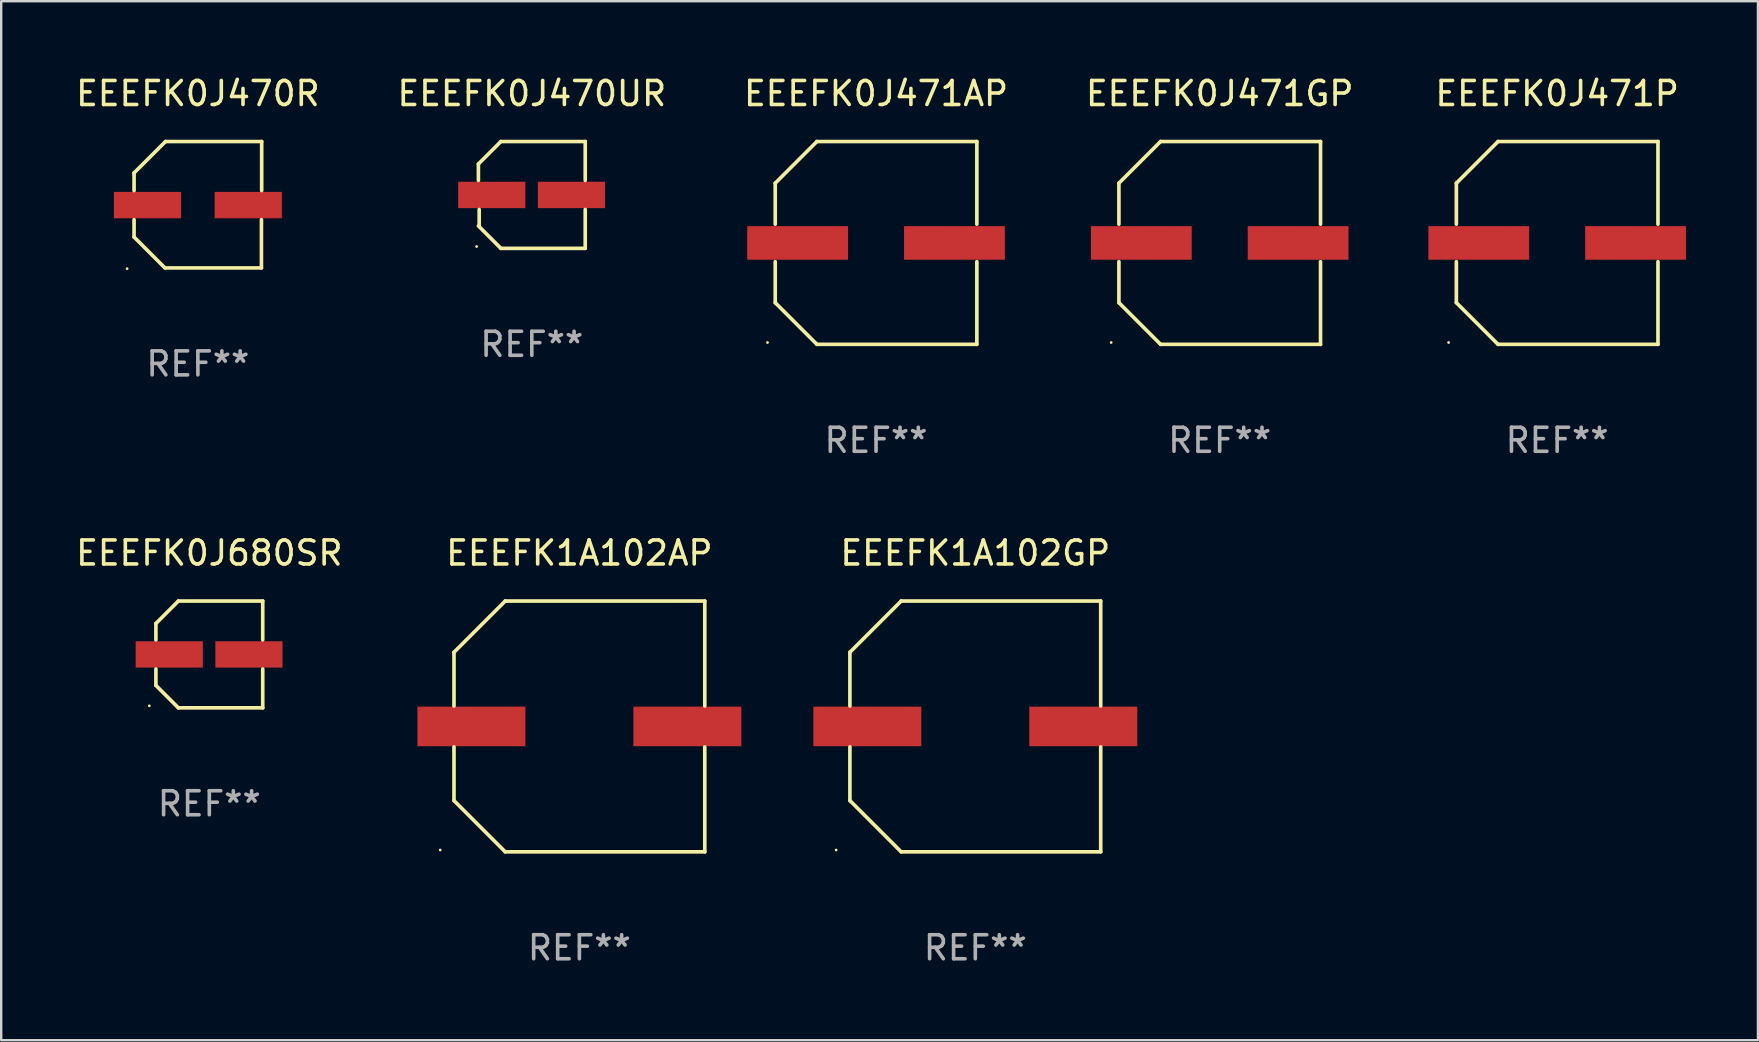
<source format=kicad_pcb>
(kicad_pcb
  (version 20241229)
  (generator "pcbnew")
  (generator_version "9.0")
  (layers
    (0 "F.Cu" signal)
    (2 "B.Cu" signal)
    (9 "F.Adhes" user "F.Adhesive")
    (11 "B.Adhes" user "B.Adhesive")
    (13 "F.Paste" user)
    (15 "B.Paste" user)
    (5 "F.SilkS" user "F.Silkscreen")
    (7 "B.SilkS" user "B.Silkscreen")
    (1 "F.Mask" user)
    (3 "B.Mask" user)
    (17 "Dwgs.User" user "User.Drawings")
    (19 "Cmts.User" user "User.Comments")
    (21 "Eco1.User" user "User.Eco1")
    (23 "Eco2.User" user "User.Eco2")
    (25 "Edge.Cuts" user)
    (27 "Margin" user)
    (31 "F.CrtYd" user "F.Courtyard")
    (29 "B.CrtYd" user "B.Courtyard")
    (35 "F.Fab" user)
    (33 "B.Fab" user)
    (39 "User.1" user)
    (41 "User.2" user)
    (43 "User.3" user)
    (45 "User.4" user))
  (footprint "EEEFK0J680SR"
    (layer "F.Cu")
    (at 5.673 24.223)
    (property "Reference" "EEEFK0J680SR" (at 0 -4.226 0) (layer "F.SilkS") (effects (font (size 1 1) (thickness 0.15))))
    (attr through_hole)
    (fp_line (start -2.226 -1.29) (end -2.226 -0.607) (stroke (width 0.152) (type solid)) (layer "F.SilkS"))
    (fp_line (start -2.226 1.29) (end -2.226 0.607) (stroke (width 0.152) (type solid)) (layer "F.SilkS"))
    (fp_line (start -1.29 -2.226) (end -2.226 -1.29) (stroke (width 0.152) (type solid)) (layer "F.SilkS"))
    (fp_line (start -1.29 2.226) (end -2.226 1.29) (stroke (width 0.152) (type solid)) (layer "F.SilkS"))
    (fp_line (start 2.226 -2.226) (end -1.29 -2.226) (stroke (width 0.152) (type solid)) (layer "F.SilkS"))
    (fp_line (start 2.226 -0.607) (end 2.226 -2.226) (stroke (width 0.152) (type solid)) (layer "F.SilkS"))
    (fp_line (start 2.226 0.607) (end 2.226 2.226) (stroke (width 0.152) (type solid)) (layer "F.SilkS"))
    (fp_line (start 2.226 2.226) (end -1.29 2.226) (stroke (width 0.152) (type solid)) (layer "F.SilkS"))
    (fp_circle (center -2.501 2.141) (end -2.471 2.141) (stroke (width 0.06) (type solid)) (fill no) (layer "F.SilkS"))
    (fp_text user "REF**" (at 0 6.226 0) (layer "F.Fab") (effects (font (size 1 1) (thickness 0.15))))
    (pad "1" smd rect (at -1.67 -0.000025) (size 2.8 1.1) (layers "F.Cu" "F.Mask" "F.Paste"))
    (pad "2" smd rect (at 1.651 -0.000025) (size 2.8 1.1) (layers "F.Cu" "F.Mask" "F.Paste")))
  (footprint "EEEFK0J471P"
    (layer "F.Cu")
    (at 61.843 7.074)
    (property "Reference" "EEEFK0J471P" (at 0 -6.226 0) (layer "F.SilkS") (effects (font (size 1 1) (thickness 0.15))))
    (attr through_hole)
    (fp_line (start -4.201 -2.49) (end -4.201 -0.782) (stroke (width 0.152) (type solid)) (layer "F.SilkS"))
    (fp_line (start -4.201 2.49) (end -4.201 0.782) (stroke (width 0.152) (type solid)) (layer "F.SilkS"))
    (fp_line (start -2.465 -4.226) (end -4.201 -2.49) (stroke (width 0.152) (type solid)) (layer "F.SilkS"))
    (fp_line (start -2.465 4.226) (end -4.201 2.49) (stroke (width 0.152) (type solid)) (layer "F.SilkS"))
    (fp_line (start 4.201 -4.226) (end -2.465 -4.226) (stroke (width 0.152) (type solid)) (layer "F.SilkS"))
    (fp_line (start 4.201 -0.782) (end 4.201 -4.226) (stroke (width 0.152) (type solid)) (layer "F.SilkS"))
    (fp_line (start 4.201 0.782) (end 4.201 4.226) (stroke (width 0.152) (type solid)) (layer "F.SilkS"))
    (fp_line (start 4.201 4.226) (end -2.465 4.226) (stroke (width 0.152) (type solid)) (layer "F.SilkS"))
    (fp_circle (center -4.524 4.15) (end -4.494 4.15) (stroke (width 0.06) (type solid)) (fill no) (layer "F.SilkS"))
    (fp_text user "REF**" (at 0 8.226 0) (layer "F.Fab") (effects (font (size 1 1) (thickness 0.15))))
    (pad "1" smd rect (at -3.267 0) (size 4.2 1.4) (layers "F.Cu" "F.Mask" "F.Paste"))
    (pad "2" smd rect (at 3.267 0) (size 4.2 1.4) (layers "F.Cu" "F.Mask" "F.Paste")))
  (footprint "EEEFK0J471GP"
    (layer "F.Cu")
    (at 47.78 7.074)
    (property "Reference" "EEEFK0J471GP" (at 0 -6.226 0) (layer "F.SilkS") (effects (font (size 1 1) (thickness 0.15))))
    (attr through_hole)
    (fp_line (start -4.201 -2.49) (end -4.201 -0.782) (stroke (width 0.152) (type solid)) (layer "F.SilkS"))
    (fp_line (start -4.201 2.49) (end -4.201 0.782) (stroke (width 0.152) (type solid)) (layer "F.SilkS"))
    (fp_line (start -2.465 -4.226) (end -4.201 -2.49) (stroke (width 0.152) (type solid)) (layer "F.SilkS"))
    (fp_line (start -2.465 4.226) (end -4.201 2.49) (stroke (width 0.152) (type solid)) (layer "F.SilkS"))
    (fp_line (start 4.201 -4.226) (end -2.465 -4.226) (stroke (width 0.152) (type solid)) (layer "F.SilkS"))
    (fp_line (start 4.201 -0.782) (end 4.201 -4.226) (stroke (width 0.152) (type solid)) (layer "F.SilkS"))
    (fp_line (start 4.201 0.782) (end 4.201 4.226) (stroke (width 0.152) (type solid)) (layer "F.SilkS"))
    (fp_line (start 4.201 4.226) (end -2.465 4.226) (stroke (width 0.152) (type solid)) (layer "F.SilkS"))
    (fp_circle (center -4.524 4.15) (end -4.494 4.15) (stroke (width 0.06) (type solid)) (fill no) (layer "F.SilkS"))
    (fp_text user "REF**" (at 0 8.226 0) (layer "F.Fab") (effects (font (size 1 1) (thickness 0.15))))
    (pad "1" smd rect (at -3.267 0) (size 4.2 1.4) (layers "F.Cu" "F.Mask" "F.Paste"))
    (pad "2" smd rect (at 3.267 0) (size 4.2 1.4) (layers "F.Cu" "F.Mask" "F.Paste")))
  (footprint "EEEFK0J470UR"
    (layer "F.Cu")
    (at 19.113 5.074)
    (property "Reference" "EEEFK0J470UR" (at 0 -4.226 0) (layer "F.SilkS") (effects (font (size 1 1) (thickness 0.15))))
    (attr through_hole)
    (fp_line (start -2.226 -1.29) (end -2.226 -0.607) (stroke (width 0.152) (type solid)) (layer "F.SilkS"))
    (fp_line (start -2.193 1.29) (end -2.193 0.607) (stroke (width 0.152) (type solid)) (layer "F.SilkS"))
    (fp_line (start -1.29 2.226) (end -2.226 1.29) (stroke (width 0.152) (type solid)) (layer "F.SilkS"))
    (fp_line (start -1.29 -2.226) (end -2.226 -1.29) (stroke (width 0.152) (type solid)) (layer "F.SilkS"))
    (fp_line (start 2.226 -2.226) (end -1.29 -2.226) (stroke (width 0.152) (type solid)) (layer "F.SilkS"))
    (fp_line (start 2.226 -0.607) (end 2.226 -2.226) (stroke (width 0.152) (type solid)) (layer "F.SilkS"))
    (fp_line (start 2.226 0.607) (end 2.226 2.226) (stroke (width 0.152) (type solid)) (layer "F.SilkS"))
    (fp_line (start 2.226 2.226) (end -1.29 2.226) (stroke (width 0.152) (type solid)) (layer "F.SilkS"))
    (fp_circle (center -2.3 2.15) (end -2.27 2.15) (stroke (width 0.06) (type solid)) (fill no) (layer "F.SilkS"))
    (fp_text user "REF**" (at 0 6.226 0) (layer "F.Fab") (effects (font (size 1 1) (thickness 0.15))))
    (pad "1" smd rect (at -1.67 -0.000025) (size 2.8 1.1) (layers "F.Cu" "F.Mask" "F.Paste"))
    (pad "2" smd rect (at 1.651 -0.000025) (size 2.8 1.1) (layers "F.Cu" "F.Mask" "F.Paste")))
  (footprint "EEEFK1A102GP"
    (layer "F.Cu")
    (at 37.595 27.223)
    (property "Reference" "EEEFK1A102GP" (at 0 -7.226 0) (layer "F.SilkS") (effects (font (size 1 1) (thickness 0.15))))
    (attr through_hole)
    (fp_line (start -5.226 -3.09) (end -5.226 -0.852) (stroke (width 0.152) (type solid)) (layer "F.SilkS"))
    (fp_line (start -5.226 3.09) (end -5.226 0.852) (stroke (width 0.152) (type solid)) (layer "F.SilkS"))
    (fp_line (start -3.09 -5.226) (end -5.226 -3.09) (stroke (width 0.152) (type solid)) (layer "F.SilkS"))
    (fp_line (start -3.09 5.226) (end -5.226 3.09) (stroke (width 0.152) (type solid)) (layer "F.SilkS"))
    (fp_line (start 5.226 -5.226) (end -3.09 -5.226) (stroke (width 0.152) (type solid)) (layer "F.SilkS"))
    (fp_line (start 5.226 -0.852) (end 5.226 -5.226) (stroke (width 0.152) (type solid)) (layer "F.SilkS"))
    (fp_line (start 5.226 0.852) (end 5.226 5.226) (stroke (width 0.152) (type solid)) (layer "F.SilkS"))
    (fp_line (start 5.226 5.226) (end -3.09 5.226) (stroke (width 0.152) (type solid)) (layer "F.SilkS"))
    (fp_circle (center -5.8 5.15) (end -5.77 5.15) (stroke (width 0.06) (type solid)) (fill no) (layer "F.SilkS"))
    (fp_text user "REF**" (at 0 9.226 0) (layer "F.Fab") (effects (font (size 1 1) (thickness 0.15))))
    (pad "1" smd rect (at -4.5 0) (size 4.5 1.65) (layers "F.Cu" "F.Mask" "F.Paste"))
    (pad "2" smd rect (at 4.5 0) (size 4.5 1.65) (layers "F.Cu" "F.Mask" "F.Paste")))
  (footprint "EEEFK0J470R"
    (layer "F.Cu")
    (at 5.196 5.482)
    (property "Reference" "EEEFK0J470R" (at 0 -4.634 0) (layer "F.SilkS") (effects (font (size 1 1) (thickness 0.15))))
    (attr through_hole)
    (fp_line (start -2.659 -1.326) (end -2.659 -0.592) (stroke (width 0.152) (type solid)) (layer "F.SilkS"))
    (fp_line (start -2.659 1.346) (end -2.659 0.622) (stroke (width 0.152) (type solid)) (layer "F.SilkS"))
    (fp_line (start -1.372 2.634) (end -2.659 1.346) (stroke (width 0.152) (type solid)) (layer "F.SilkS"))
    (fp_line (start -1.349 -2.634) (end -2.659 -1.326) (stroke (width 0.152) (type solid)) (layer "F.SilkS"))
    (fp_line (start 2.649 0.622) (end 2.649 2.634) (stroke (width 0.152) (type solid)) (layer "F.SilkS"))
    (fp_line (start 2.649 2.634) (end -1.372 2.634) (stroke (width 0.152) (type solid)) (layer "F.SilkS"))
    (fp_line (start 2.659 -2.634) (end -1.349 -2.634) (stroke (width 0.152) (type solid)) (layer "F.SilkS"))
    (fp_line (start 2.659 -0.592) (end 2.659 -2.634) (stroke (width 0.152) (type solid)) (layer "F.SilkS"))
    (fp_circle (center -2.95 2.665) (end -2.92 2.665) (stroke (width 0.06) (type solid)) (fill no) (layer "F.SilkS"))
    (fp_text user "REF**" (at 0 6.634 0) (layer "F.Fab") (effects (font (size 1 1) (thickness 0.15))))
    (pad "1" smd rect (at -2.1 0.015) (size 2.8 1.1) (layers "F.Cu" "F.Mask" "F.Paste"))
    (pad "2" smd rect (at 2.1 0.015) (size 2.8 1.1) (layers "F.Cu" "F.Mask" "F.Paste")))
  (footprint "EEEFK0J471AP"
    (layer "F.Cu")
    (at 33.458 7.074)
    (property "Reference" "EEEFK0J471AP" (at 0 -6.226 0) (layer "F.SilkS") (effects (font (size 1 1) (thickness 0.15))))
    (attr through_hole)
    (fp_line (start -4.201 -2.49) (end -4.201 -0.782) (stroke (width 0.152) (type solid)) (layer "F.SilkS"))
    (fp_line (start -4.201 2.49) (end -4.201 0.782) (stroke (width 0.152) (type solid)) (layer "F.SilkS"))
    (fp_line (start -2.465 -4.226) (end -4.201 -2.49) (stroke (width 0.152) (type solid)) (layer "F.SilkS"))
    (fp_line (start -2.465 4.226) (end -4.201 2.49) (stroke (width 0.152) (type solid)) (layer "F.SilkS"))
    (fp_line (start 4.201 -4.226) (end -2.465 -4.226) (stroke (width 0.152) (type solid)) (layer "F.SilkS"))
    (fp_line (start 4.201 -0.782) (end 4.201 -4.226) (stroke (width 0.152) (type solid)) (layer "F.SilkS"))
    (fp_line (start 4.201 0.782) (end 4.201 4.226) (stroke (width 0.152) (type solid)) (layer "F.SilkS"))
    (fp_line (start 4.201 4.226) (end -2.465 4.226) (stroke (width 0.152) (type solid)) (layer "F.SilkS"))
    (fp_circle (center -4.524 4.15) (end -4.494 4.15) (stroke (width 0.06) (type solid)) (fill no) (layer "F.SilkS"))
    (fp_text user "REF**" (at 0 8.226 0) (layer "F.Fab") (effects (font (size 1 1) (thickness 0.15))))
    (pad "1" smd rect (at -3.267 0) (size 4.2 1.4) (layers "F.Cu" "F.Mask" "F.Paste"))
    (pad "2" smd rect (at 3.267 0) (size 4.2 1.4) (layers "F.Cu" "F.Mask" "F.Paste")))
  (footprint "EEEFK1A102AP"
    (layer "F.Cu")
    (at 21.095 27.223)
    (property "Reference" "EEEFK1A102AP" (at 0 -7.226 0) (layer "F.SilkS") (effects (font (size 1 1) (thickness 0.15))))
    (attr through_hole)
    (fp_line (start -5.226 -3.09) (end -5.226 -0.852) (stroke (width 0.152) (type solid)) (layer "F.SilkS"))
    (fp_line (start -5.226 3.09) (end -5.226 0.852) (stroke (width 0.152) (type solid)) (layer "F.SilkS"))
    (fp_line (start -3.09 -5.226) (end -5.226 -3.09) (stroke (width 0.152) (type solid)) (layer "F.SilkS"))
    (fp_line (start -3.09 5.226) (end -5.226 3.09) (stroke (width 0.152) (type solid)) (layer "F.SilkS"))
    (fp_line (start 5.226 -5.226) (end -3.09 -5.226) (stroke (width 0.152) (type solid)) (layer "F.SilkS"))
    (fp_line (start 5.226 -0.852) (end 5.226 -5.226) (stroke (width 0.152) (type solid)) (layer "F.SilkS"))
    (fp_line (start 5.226 0.852) (end 5.226 5.226) (stroke (width 0.152) (type solid)) (layer "F.SilkS"))
    (fp_line (start 5.226 5.226) (end -3.09 5.226) (stroke (width 0.152) (type solid)) (layer "F.SilkS"))
    (fp_circle (center -5.8 5.15) (end -5.77 5.15) (stroke (width 0.06) (type solid)) (fill no) (layer "F.SilkS"))
    (fp_text user "REF**" (at 0 9.226 0) (layer "F.Fab") (effects (font (size 1 1) (thickness 0.15))))
    (pad "1" smd rect (at -4.5 0) (size 4.5 1.65) (layers "F.Cu" "F.Mask" "F.Paste"))
    (pad "2" smd rect (at 4.5 0) (size 4.5 1.65) (layers "F.Cu" "F.Mask" "F.Paste")))
  (gr_rect
    (start -3 -3)
    (end 70.211 40.298)
    (stroke (width 0.1) (type default))
    (fill no)
    (layer "Edge.Cuts")))
</source>
